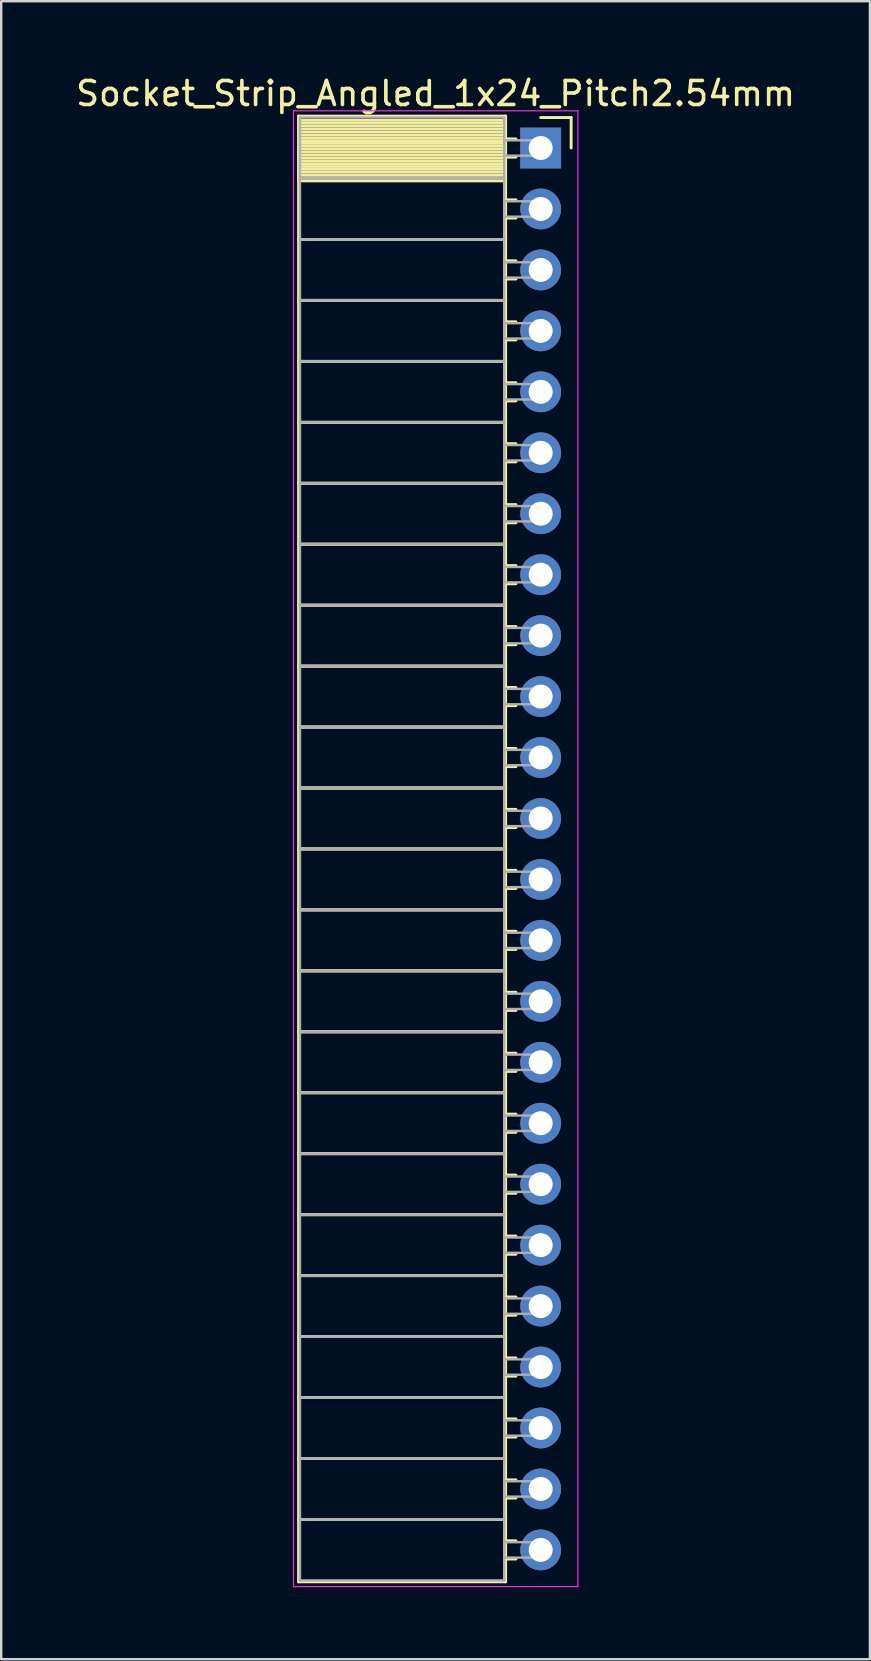
<source format=kicad_pcb>
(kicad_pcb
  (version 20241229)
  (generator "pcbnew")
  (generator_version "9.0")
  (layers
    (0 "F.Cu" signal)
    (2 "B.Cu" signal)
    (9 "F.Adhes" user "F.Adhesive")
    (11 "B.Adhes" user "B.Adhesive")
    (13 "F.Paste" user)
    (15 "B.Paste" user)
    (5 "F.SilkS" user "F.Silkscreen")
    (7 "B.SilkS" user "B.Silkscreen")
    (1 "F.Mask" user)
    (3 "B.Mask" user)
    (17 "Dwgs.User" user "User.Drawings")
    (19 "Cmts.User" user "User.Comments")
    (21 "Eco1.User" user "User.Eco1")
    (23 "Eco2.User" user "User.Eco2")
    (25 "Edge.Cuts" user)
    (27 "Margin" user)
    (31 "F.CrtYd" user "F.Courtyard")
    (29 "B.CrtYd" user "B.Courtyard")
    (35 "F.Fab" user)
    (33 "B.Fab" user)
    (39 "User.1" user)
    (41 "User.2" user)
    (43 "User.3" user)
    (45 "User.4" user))
  (footprint "Socket_Strip_Angled_1x24_Pitch2.54mm"
    (layer "F.Cu")
    (at 19.481 3.118)
    (property "Reference" "Socket_Strip_Angled_1x24_Pitch2.54mm" (at -4.38 -2.27 0) (layer "F.SilkS") (effects (font (size 1 1) (thickness 0.15))))
    (attr through_hole)
    (fp_line (start -10.09 -1.33) (end -1.46 -1.33) (stroke (width 0.12) (type solid)) (layer "F.SilkS"))
    (fp_line (start -10.09 1.27) (end -10.09 -1.33) (stroke (width 0.12) (type solid)) (layer "F.SilkS"))
    (fp_line (start -10.09 1.27) (end -1.46 1.27) (stroke (width 0.12) (type solid)) (layer "F.SilkS"))
    (fp_line (start -10.09 3.81) (end -10.09 1.27) (stroke (width 0.12) (type solid)) (layer "F.SilkS"))
    (fp_line (start -10.09 3.81) (end -1.46 3.81) (stroke (width 0.12) (type solid)) (layer "F.SilkS"))
    (fp_line (start -10.09 6.35) (end -10.09 3.81) (stroke (width 0.12) (type solid)) (layer "F.SilkS"))
    (fp_line (start -10.09 6.35) (end -1.46 6.35) (stroke (width 0.12) (type solid)) (layer "F.SilkS"))
    (fp_line (start -10.09 8.89) (end -10.09 6.35) (stroke (width 0.12) (type solid)) (layer "F.SilkS"))
    (fp_line (start -10.09 8.89) (end -1.46 8.89) (stroke (width 0.12) (type solid)) (layer "F.SilkS"))
    (fp_line (start -10.09 11.43) (end -10.09 8.89) (stroke (width 0.12) (type solid)) (layer "F.SilkS"))
    (fp_line (start -10.09 11.43) (end -1.46 11.43) (stroke (width 0.12) (type solid)) (layer "F.SilkS"))
    (fp_line (start -10.09 13.97) (end -10.09 11.43) (stroke (width 0.12) (type solid)) (layer "F.SilkS"))
    (fp_line (start -10.09 13.97) (end -1.46 13.97) (stroke (width 0.12) (type solid)) (layer "F.SilkS"))
    (fp_line (start -10.09 16.51) (end -10.09 13.97) (stroke (width 0.12) (type solid)) (layer "F.SilkS"))
    (fp_line (start -10.09 16.51) (end -1.46 16.51) (stroke (width 0.12) (type solid)) (layer "F.SilkS"))
    (fp_line (start -10.09 19.05) (end -10.09 16.51) (stroke (width 0.12) (type solid)) (layer "F.SilkS"))
    (fp_line (start -10.09 19.05) (end -1.46 19.05) (stroke (width 0.12) (type solid)) (layer "F.SilkS"))
    (fp_line (start -10.09 21.59) (end -10.09 19.05) (stroke (width 0.12) (type solid)) (layer "F.SilkS"))
    (fp_line (start -10.09 21.59) (end -1.46 21.59) (stroke (width 0.12) (type solid)) (layer "F.SilkS"))
    (fp_line (start -10.09 24.13) (end -10.09 21.59) (stroke (width 0.12) (type solid)) (layer "F.SilkS"))
    (fp_line (start -10.09 24.13) (end -1.46 24.13) (stroke (width 0.12) (type solid)) (layer "F.SilkS"))
    (fp_line (start -10.09 26.67) (end -10.09 24.13) (stroke (width 0.12) (type solid)) (layer "F.SilkS"))
    (fp_line (start -10.09 26.67) (end -1.46 26.67) (stroke (width 0.12) (type solid)) (layer "F.SilkS"))
    (fp_line (start -10.09 29.21) (end -10.09 26.67) (stroke (width 0.12) (type solid)) (layer "F.SilkS"))
    (fp_line (start -10.09 29.21) (end -1.46 29.21) (stroke (width 0.12) (type solid)) (layer "F.SilkS"))
    (fp_line (start -10.09 31.75) (end -10.09 29.21) (stroke (width 0.12) (type solid)) (layer "F.SilkS"))
    (fp_line (start -10.09 31.75) (end -1.46 31.75) (stroke (width 0.12) (type solid)) (layer "F.SilkS"))
    (fp_line (start -10.09 34.29) (end -10.09 31.75) (stroke (width 0.12) (type solid)) (layer "F.SilkS"))
    (fp_line (start -10.09 34.29) (end -1.46 34.29) (stroke (width 0.12) (type solid)) (layer "F.SilkS"))
    (fp_line (start -10.09 36.83) (end -10.09 34.29) (stroke (width 0.12) (type solid)) (layer "F.SilkS"))
    (fp_line (start -10.09 36.83) (end -1.46 36.83) (stroke (width 0.12) (type solid)) (layer "F.SilkS"))
    (fp_line (start -10.09 39.37) (end -10.09 36.83) (stroke (width 0.12) (type solid)) (layer "F.SilkS"))
    (fp_line (start -10.09 39.37) (end -1.46 39.37) (stroke (width 0.12) (type solid)) (layer "F.SilkS"))
    (fp_line (start -10.09 41.91) (end -10.09 39.37) (stroke (width 0.12) (type solid)) (layer "F.SilkS"))
    (fp_line (start -10.09 41.91) (end -1.46 41.91) (stroke (width 0.12) (type solid)) (layer "F.SilkS"))
    (fp_line (start -10.09 44.45) (end -10.09 41.91) (stroke (width 0.12) (type solid)) (layer "F.SilkS"))
    (fp_line (start -10.09 44.45) (end -1.46 44.45) (stroke (width 0.12) (type solid)) (layer "F.SilkS"))
    (fp_line (start -10.09 46.99) (end -10.09 44.45) (stroke (width 0.12) (type solid)) (layer "F.SilkS"))
    (fp_line (start -10.09 46.99) (end -1.46 46.99) (stroke (width 0.12) (type solid)) (layer "F.SilkS"))
    (fp_line (start -10.09 49.53) (end -10.09 46.99) (stroke (width 0.12) (type solid)) (layer "F.SilkS"))
    (fp_line (start -10.09 49.53) (end -1.46 49.53) (stroke (width 0.12) (type solid)) (layer "F.SilkS"))
    (fp_line (start -10.09 52.07) (end -10.09 49.53) (stroke (width 0.12) (type solid)) (layer "F.SilkS"))
    (fp_line (start -10.09 52.07) (end -1.46 52.07) (stroke (width 0.12) (type solid)) (layer "F.SilkS"))
    (fp_line (start -10.09 54.61) (end -10.09 52.07) (stroke (width 0.12) (type solid)) (layer "F.SilkS"))
    (fp_line (start -10.09 54.61) (end -1.46 54.61) (stroke (width 0.12) (type solid)) (layer "F.SilkS"))
    (fp_line (start -10.09 57.15) (end -10.09 54.61) (stroke (width 0.12) (type solid)) (layer "F.SilkS"))
    (fp_line (start -10.09 57.15) (end -1.46 57.15) (stroke (width 0.12) (type solid)) (layer "F.SilkS"))
    (fp_line (start -10.09 59.75) (end -10.09 57.15) (stroke (width 0.12) (type solid)) (layer "F.SilkS"))
    (fp_line (start -1.46 -1.33) (end -1.46 1.27) (stroke (width 0.12) (type solid)) (layer "F.SilkS"))
    (fp_line (start -1.46 -1.15) (end -10.09 -1.15) (stroke (width 0.12) (type solid)) (layer "F.SilkS"))
    (fp_line (start -1.46 -1.03) (end -10.09 -1.03) (stroke (width 0.12) (type solid)) (layer "F.SilkS"))
    (fp_line (start -1.46 -0.91) (end -10.09 -0.91) (stroke (width 0.12) (type solid)) (layer "F.SilkS"))
    (fp_line (start -1.46 -0.79) (end -10.09 -0.79) (stroke (width 0.12) (type solid)) (layer "F.SilkS"))
    (fp_line (start -1.46 -0.67) (end -10.09 -0.67) (stroke (width 0.12) (type solid)) (layer "F.SilkS"))
    (fp_line (start -1.46 -0.55) (end -10.09 -0.55) (stroke (width 0.12) (type solid)) (layer "F.SilkS"))
    (fp_line (start -1.46 -0.43) (end -10.09 -0.43) (stroke (width 0.12) (type solid)) (layer "F.SilkS"))
    (fp_line (start -1.46 -0.31) (end -10.09 -0.31) (stroke (width 0.12) (type solid)) (layer "F.SilkS"))
    (fp_line (start -1.46 -0.19) (end -10.09 -0.19) (stroke (width 0.12) (type solid)) (layer "F.SilkS"))
    (fp_line (start -1.46 -0.07) (end -10.09 -0.07) (stroke (width 0.12) (type solid)) (layer "F.SilkS"))
    (fp_line (start -1.46 0.05) (end -10.09 0.05) (stroke (width 0.12) (type solid)) (layer "F.SilkS"))
    (fp_line (start -1.46 0.17) (end -10.09 0.17) (stroke (width 0.12) (type solid)) (layer "F.SilkS"))
    (fp_line (start -1.46 0.29) (end -10.09 0.29) (stroke (width 0.12) (type solid)) (layer "F.SilkS"))
    (fp_line (start -1.46 0.41) (end -10.09 0.41) (stroke (width 0.12) (type solid)) (layer "F.SilkS"))
    (fp_line (start -1.46 0.53) (end -10.09 0.53) (stroke (width 0.12) (type solid)) (layer "F.SilkS"))
    (fp_line (start -1.46 0.65) (end -10.09 0.65) (stroke (width 0.12) (type solid)) (layer "F.SilkS"))
    (fp_line (start -1.46 0.77) (end -10.09 0.77) (stroke (width 0.12) (type solid)) (layer "F.SilkS"))
    (fp_line (start -1.46 0.89) (end -10.09 0.89) (stroke (width 0.12) (type solid)) (layer "F.SilkS"))
    (fp_line (start -1.46 1.01) (end -10.09 1.01) (stroke (width 0.12) (type solid)) (layer "F.SilkS"))
    (fp_line (start -1.46 1.13) (end -10.09 1.13) (stroke (width 0.12) (type solid)) (layer "F.SilkS"))
    (fp_line (start -1.46 1.25) (end -10.09 1.25) (stroke (width 0.12) (type solid)) (layer "F.SilkS"))
    (fp_line (start -1.46 1.27) (end -10.09 1.27) (stroke (width 0.12) (type solid)) (layer "F.SilkS"))
    (fp_line (start -1.46 1.27) (end -1.46 3.81) (stroke (width 0.12) (type solid)) (layer "F.SilkS"))
    (fp_line (start -1.46 1.37) (end -10.09 1.37) (stroke (width 0.12) (type solid)) (layer "F.SilkS"))
    (fp_line (start -1.46 3.81) (end -10.09 3.81) (stroke (width 0.12) (type solid)) (layer "F.SilkS"))
    (fp_line (start -1.46 3.81) (end -1.46 6.35) (stroke (width 0.12) (type solid)) (layer "F.SilkS"))
    (fp_line (start -1.46 6.35) (end -10.09 6.35) (stroke (width 0.12) (type solid)) (layer "F.SilkS"))
    (fp_line (start -1.46 6.35) (end -1.46 8.89) (stroke (width 0.12) (type solid)) (layer "F.SilkS"))
    (fp_line (start -1.46 8.89) (end -10.09 8.89) (stroke (width 0.12) (type solid)) (layer "F.SilkS"))
    (fp_line (start -1.46 8.89) (end -1.46 11.43) (stroke (width 0.12) (type solid)) (layer "F.SilkS"))
    (fp_line (start -1.46 11.43) (end -10.09 11.43) (stroke (width 0.12) (type solid)) (layer "F.SilkS"))
    (fp_line (start -1.46 11.43) (end -1.46 13.97) (stroke (width 0.12) (type solid)) (layer "F.SilkS"))
    (fp_line (start -1.46 13.97) (end -10.09 13.97) (stroke (width 0.12) (type solid)) (layer "F.SilkS"))
    (fp_line (start -1.46 13.97) (end -1.46 16.51) (stroke (width 0.12) (type solid)) (layer "F.SilkS"))
    (fp_line (start -1.46 16.51) (end -10.09 16.51) (stroke (width 0.12) (type solid)) (layer "F.SilkS"))
    (fp_line (start -1.46 16.51) (end -1.46 19.05) (stroke (width 0.12) (type solid)) (layer "F.SilkS"))
    (fp_line (start -1.46 19.05) (end -10.09 19.05) (stroke (width 0.12) (type solid)) (layer "F.SilkS"))
    (fp_line (start -1.46 19.05) (end -1.46 21.59) (stroke (width 0.12) (type solid)) (layer "F.SilkS"))
    (fp_line (start -1.46 21.59) (end -10.09 21.59) (stroke (width 0.12) (type solid)) (layer "F.SilkS"))
    (fp_line (start -1.46 21.59) (end -1.46 24.13) (stroke (width 0.12) (type solid)) (layer "F.SilkS"))
    (fp_line (start -1.46 24.13) (end -10.09 24.13) (stroke (width 0.12) (type solid)) (layer "F.SilkS"))
    (fp_line (start -1.46 24.13) (end -1.46 26.67) (stroke (width 0.12) (type solid)) (layer "F.SilkS"))
    (fp_line (start -1.46 26.67) (end -10.09 26.67) (stroke (width 0.12) (type solid)) (layer "F.SilkS"))
    (fp_line (start -1.46 26.67) (end -1.46 29.21) (stroke (width 0.12) (type solid)) (layer "F.SilkS"))
    (fp_line (start -1.46 29.21) (end -10.09 29.21) (stroke (width 0.12) (type solid)) (layer "F.SilkS"))
    (fp_line (start -1.46 29.21) (end -1.46 31.75) (stroke (width 0.12) (type solid)) (layer "F.SilkS"))
    (fp_line (start -1.46 31.75) (end -10.09 31.75) (stroke (width 0.12) (type solid)) (layer "F.SilkS"))
    (fp_line (start -1.46 31.75) (end -1.46 34.29) (stroke (width 0.12) (type solid)) (layer "F.SilkS"))
    (fp_line (start -1.46 34.29) (end -10.09 34.29) (stroke (width 0.12) (type solid)) (layer "F.SilkS"))
    (fp_line (start -1.46 34.29) (end -1.46 36.83) (stroke (width 0.12) (type solid)) (layer "F.SilkS"))
    (fp_line (start -1.46 36.83) (end -10.09 36.83) (stroke (width 0.12) (type solid)) (layer "F.SilkS"))
    (fp_line (start -1.46 36.83) (end -1.46 39.37) (stroke (width 0.12) (type solid)) (layer "F.SilkS"))
    (fp_line (start -1.46 39.37) (end -10.09 39.37) (stroke (width 0.12) (type solid)) (layer "F.SilkS"))
    (fp_line (start -1.46 39.37) (end -1.46 41.91) (stroke (width 0.12) (type solid)) (layer "F.SilkS"))
    (fp_line (start -1.46 41.91) (end -10.09 41.91) (stroke (width 0.12) (type solid)) (layer "F.SilkS"))
    (fp_line (start -1.46 41.91) (end -1.46 44.45) (stroke (width 0.12) (type solid)) (layer "F.SilkS"))
    (fp_line (start -1.46 44.45) (end -10.09 44.45) (stroke (width 0.12) (type solid)) (layer "F.SilkS"))
    (fp_line (start -1.46 44.45) (end -1.46 46.99) (stroke (width 0.12) (type solid)) (layer "F.SilkS"))
    (fp_line (start -1.46 46.99) (end -10.09 46.99) (stroke (width 0.12) (type solid)) (layer "F.SilkS"))
    (fp_line (start -1.46 46.99) (end -1.46 49.53) (stroke (width 0.12) (type solid)) (layer "F.SilkS"))
    (fp_line (start -1.46 49.53) (end -10.09 49.53) (stroke (width 0.12) (type solid)) (layer "F.SilkS"))
    (fp_line (start -1.46 49.53) (end -1.46 52.07) (stroke (width 0.12) (type solid)) (layer "F.SilkS"))
    (fp_line (start -1.46 52.07) (end -10.09 52.07) (stroke (width 0.12) (type solid)) (layer "F.SilkS"))
    (fp_line (start -1.46 52.07) (end -1.46 54.61) (stroke (width 0.12) (type solid)) (layer "F.SilkS"))
    (fp_line (start -1.46 54.61) (end -10.09 54.61) (stroke (width 0.12) (type solid)) (layer "F.SilkS"))
    (fp_line (start -1.46 54.61) (end -1.46 57.15) (stroke (width 0.12) (type solid)) (layer "F.SilkS"))
    (fp_line (start -1.46 57.15) (end -10.09 57.15) (stroke (width 0.12) (type solid)) (layer "F.SilkS"))
    (fp_line (start -1.46 57.15) (end -1.46 59.75) (stroke (width 0.12) (type solid)) (layer "F.SilkS"))
    (fp_line (start -1.46 59.75) (end -10.09 59.75) (stroke (width 0.12) (type solid)) (layer "F.SilkS"))
    (fp_line (start -1.03 -0.38) (end -1.46 -0.38) (stroke (width 0.12) (type solid)) (layer "F.SilkS"))
    (fp_line (start -1.03 0.38) (end -1.46 0.38) (stroke (width 0.12) (type solid)) (layer "F.SilkS"))
    (fp_line (start -1.03 2.16) (end -1.46 2.16) (stroke (width 0.12) (type solid)) (layer "F.SilkS"))
    (fp_line (start -1.03 2.92) (end -1.46 2.92) (stroke (width 0.12) (type solid)) (layer "F.SilkS"))
    (fp_line (start -1.03 4.7) (end -1.46 4.7) (stroke (width 0.12) (type solid)) (layer "F.SilkS"))
    (fp_line (start -1.03 5.46) (end -1.46 5.46) (stroke (width 0.12) (type solid)) (layer "F.SilkS"))
    (fp_line (start -1.03 7.24) (end -1.46 7.24) (stroke (width 0.12) (type solid)) (layer "F.SilkS"))
    (fp_line (start -1.03 8) (end -1.46 8) (stroke (width 0.12) (type solid)) (layer "F.SilkS"))
    (fp_line (start -1.03 9.78) (end -1.46 9.78) (stroke (width 0.12) (type solid)) (layer "F.SilkS"))
    (fp_line (start -1.03 10.54) (end -1.46 10.54) (stroke (width 0.12) (type solid)) (layer "F.SilkS"))
    (fp_line (start -1.03 12.32) (end -1.46 12.32) (stroke (width 0.12) (type solid)) (layer "F.SilkS"))
    (fp_line (start -1.03 13.08) (end -1.46 13.08) (stroke (width 0.12) (type solid)) (layer "F.SilkS"))
    (fp_line (start -1.03 14.86) (end -1.46 14.86) (stroke (width 0.12) (type solid)) (layer "F.SilkS"))
    (fp_line (start -1.03 15.62) (end -1.46 15.62) (stroke (width 0.12) (type solid)) (layer "F.SilkS"))
    (fp_line (start -1.03 17.4) (end -1.46 17.4) (stroke (width 0.12) (type solid)) (layer "F.SilkS"))
    (fp_line (start -1.03 18.16) (end -1.46 18.16) (stroke (width 0.12) (type solid)) (layer "F.SilkS"))
    (fp_line (start -1.03 19.94) (end -1.46 19.94) (stroke (width 0.12) (type solid)) (layer "F.SilkS"))
    (fp_line (start -1.03 20.7) (end -1.46 20.7) (stroke (width 0.12) (type solid)) (layer "F.SilkS"))
    (fp_line (start -1.03 22.48) (end -1.46 22.48) (stroke (width 0.12) (type solid)) (layer "F.SilkS"))
    (fp_line (start -1.03 23.24) (end -1.46 23.24) (stroke (width 0.12) (type solid)) (layer "F.SilkS"))
    (fp_line (start -1.03 25.02) (end -1.46 25.02) (stroke (width 0.12) (type solid)) (layer "F.SilkS"))
    (fp_line (start -1.03 25.78) (end -1.46 25.78) (stroke (width 0.12) (type solid)) (layer "F.SilkS"))
    (fp_line (start -1.03 27.56) (end -1.46 27.56) (stroke (width 0.12) (type solid)) (layer "F.SilkS"))
    (fp_line (start -1.03 28.32) (end -1.46 28.32) (stroke (width 0.12) (type solid)) (layer "F.SilkS"))
    (fp_line (start -1.03 30.1) (end -1.46 30.1) (stroke (width 0.12) (type solid)) (layer "F.SilkS"))
    (fp_line (start -1.03 30.86) (end -1.46 30.86) (stroke (width 0.12) (type solid)) (layer "F.SilkS"))
    (fp_line (start -1.03 32.64) (end -1.46 32.64) (stroke (width 0.12) (type solid)) (layer "F.SilkS"))
    (fp_line (start -1.03 33.4) (end -1.46 33.4) (stroke (width 0.12) (type solid)) (layer "F.SilkS"))
    (fp_line (start -1.03 35.18) (end -1.46 35.18) (stroke (width 0.12) (type solid)) (layer "F.SilkS"))
    (fp_line (start -1.03 35.94) (end -1.46 35.94) (stroke (width 0.12) (type solid)) (layer "F.SilkS"))
    (fp_line (start -1.03 37.72) (end -1.46 37.72) (stroke (width 0.12) (type solid)) (layer "F.SilkS"))
    (fp_line (start -1.03 38.48) (end -1.46 38.48) (stroke (width 0.12) (type solid)) (layer "F.SilkS"))
    (fp_line (start -1.03 40.26) (end -1.46 40.26) (stroke (width 0.12) (type solid)) (layer "F.SilkS"))
    (fp_line (start -1.03 41.02) (end -1.46 41.02) (stroke (width 0.12) (type solid)) (layer "F.SilkS"))
    (fp_line (start -1.03 42.8) (end -1.46 42.8) (stroke (width 0.12) (type solid)) (layer "F.SilkS"))
    (fp_line (start -1.03 43.56) (end -1.46 43.56) (stroke (width 0.12) (type solid)) (layer "F.SilkS"))
    (fp_line (start -1.03 45.34) (end -1.46 45.34) (stroke (width 0.12) (type solid)) (layer "F.SilkS"))
    (fp_line (start -1.03 46.1) (end -1.46 46.1) (stroke (width 0.12) (type solid)) (layer "F.SilkS"))
    (fp_line (start -1.03 47.88) (end -1.46 47.88) (stroke (width 0.12) (type solid)) (layer "F.SilkS"))
    (fp_line (start -1.03 48.64) (end -1.46 48.64) (stroke (width 0.12) (type solid)) (layer "F.SilkS"))
    (fp_line (start -1.03 50.42) (end -1.46 50.42) (stroke (width 0.12) (type solid)) (layer "F.SilkS"))
    (fp_line (start -1.03 51.18) (end -1.46 51.18) (stroke (width 0.12) (type solid)) (layer "F.SilkS"))
    (fp_line (start -1.03 52.96) (end -1.46 52.96) (stroke (width 0.12) (type solid)) (layer "F.SilkS"))
    (fp_line (start -1.03 53.72) (end -1.46 53.72) (stroke (width 0.12) (type solid)) (layer "F.SilkS"))
    (fp_line (start -1.03 55.5) (end -1.46 55.5) (stroke (width 0.12) (type solid)) (layer "F.SilkS"))
    (fp_line (start -1.03 56.26) (end -1.46 56.26) (stroke (width 0.12) (type solid)) (layer "F.SilkS"))
    (fp_line (start -1.03 58.04) (end -1.46 58.04) (stroke (width 0.12) (type solid)) (layer "F.SilkS"))
    (fp_line (start -1.03 58.8) (end -1.46 58.8) (stroke (width 0.12) (type solid)) (layer "F.SilkS"))
    (fp_line (start 0 -1.27) (end 1.27 -1.27) (stroke (width 0.12) (type solid)) (layer "F.SilkS"))
    (fp_line (start 1.27 -1.27) (end 1.27 0) (stroke (width 0.12) (type solid)) (layer "F.SilkS"))
    (fp_line (start -10.3 -1.55) (end 1.55 -1.55) (stroke (width 0.05) (type solid)) (layer "F.CrtYd"))
    (fp_line (start -10.3 59.95) (end -10.3 -1.55) (stroke (width 0.05) (type solid)) (layer "F.CrtYd"))
    (fp_line (start 1.55 -1.55) (end 1.55 59.95) (stroke (width 0.05) (type solid)) (layer "F.CrtYd"))
    (fp_line (start 1.55 59.95) (end -10.3 59.95) (stroke (width 0.05) (type solid)) (layer "F.CrtYd"))
    (fp_line (start -10.03 -1.27) (end -1.52 -1.27) (stroke (width 0.1) (type solid)) (layer "F.Fab"))
    (fp_line (start -10.03 1.27) (end -10.03 -1.27) (stroke (width 0.1) (type solid)) (layer "F.Fab"))
    (fp_line (start -10.03 1.27) (end -1.52 1.27) (stroke (width 0.1) (type solid)) (layer "F.Fab"))
    (fp_line (start -10.03 3.81) (end -10.03 1.27) (stroke (width 0.1) (type solid)) (layer "F.Fab"))
    (fp_line (start -10.03 3.81) (end -1.52 3.81) (stroke (width 0.1) (type solid)) (layer "F.Fab"))
    (fp_line (start -10.03 6.35) (end -10.03 3.81) (stroke (width 0.1) (type solid)) (layer "F.Fab"))
    (fp_line (start -10.03 6.35) (end -1.52 6.35) (stroke (width 0.1) (type solid)) (layer "F.Fab"))
    (fp_line (start -10.03 8.89) (end -10.03 6.35) (stroke (width 0.1) (type solid)) (layer "F.Fab"))
    (fp_line (start -10.03 8.89) (end -1.52 8.89) (stroke (width 0.1) (type solid)) (layer "F.Fab"))
    (fp_line (start -10.03 11.43) (end -10.03 8.89) (stroke (width 0.1) (type solid)) (layer "F.Fab"))
    (fp_line (start -10.03 11.43) (end -1.52 11.43) (stroke (width 0.1) (type solid)) (layer "F.Fab"))
    (fp_line (start -10.03 13.97) (end -10.03 11.43) (stroke (width 0.1) (type solid)) (layer "F.Fab"))
    (fp_line (start -10.03 13.97) (end -1.52 13.97) (stroke (width 0.1) (type solid)) (layer "F.Fab"))
    (fp_line (start -10.03 16.51) (end -10.03 13.97) (stroke (width 0.1) (type solid)) (layer "F.Fab"))
    (fp_line (start -10.03 16.51) (end -1.52 16.51) (stroke (width 0.1) (type solid)) (layer "F.Fab"))
    (fp_line (start -10.03 19.05) (end -10.03 16.51) (stroke (width 0.1) (type solid)) (layer "F.Fab"))
    (fp_line (start -10.03 19.05) (end -1.52 19.05) (stroke (width 0.1) (type solid)) (layer "F.Fab"))
    (fp_line (start -10.03 21.59) (end -10.03 19.05) (stroke (width 0.1) (type solid)) (layer "F.Fab"))
    (fp_line (start -10.03 21.59) (end -1.52 21.59) (stroke (width 0.1) (type solid)) (layer "F.Fab"))
    (fp_line (start -10.03 24.13) (end -10.03 21.59) (stroke (width 0.1) (type solid)) (layer "F.Fab"))
    (fp_line (start -10.03 24.13) (end -1.52 24.13) (stroke (width 0.1) (type solid)) (layer "F.Fab"))
    (fp_line (start -10.03 26.67) (end -10.03 24.13) (stroke (width 0.1) (type solid)) (layer "F.Fab"))
    (fp_line (start -10.03 26.67) (end -1.52 26.67) (stroke (width 0.1) (type solid)) (layer "F.Fab"))
    (fp_line (start -10.03 29.21) (end -10.03 26.67) (stroke (width 0.1) (type solid)) (layer "F.Fab"))
    (fp_line (start -10.03 29.21) (end -1.52 29.21) (stroke (width 0.1) (type solid)) (layer "F.Fab"))
    (fp_line (start -10.03 31.75) (end -10.03 29.21) (stroke (width 0.1) (type solid)) (layer "F.Fab"))
    (fp_line (start -10.03 31.75) (end -1.52 31.75) (stroke (width 0.1) (type solid)) (layer "F.Fab"))
    (fp_line (start -10.03 34.29) (end -10.03 31.75) (stroke (width 0.1) (type solid)) (layer "F.Fab"))
    (fp_line (start -10.03 34.29) (end -1.52 34.29) (stroke (width 0.1) (type solid)) (layer "F.Fab"))
    (fp_line (start -10.03 36.83) (end -10.03 34.29) (stroke (width 0.1) (type solid)) (layer "F.Fab"))
    (fp_line (start -10.03 36.83) (end -1.52 36.83) (stroke (width 0.1) (type solid)) (layer "F.Fab"))
    (fp_line (start -10.03 39.37) (end -10.03 36.83) (stroke (width 0.1) (type solid)) (layer "F.Fab"))
    (fp_line (start -10.03 39.37) (end -1.52 39.37) (stroke (width 0.1) (type solid)) (layer "F.Fab"))
    (fp_line (start -10.03 41.91) (end -10.03 39.37) (stroke (width 0.1) (type solid)) (layer "F.Fab"))
    (fp_line (start -10.03 41.91) (end -1.52 41.91) (stroke (width 0.1) (type solid)) (layer "F.Fab"))
    (fp_line (start -10.03 44.45) (end -10.03 41.91) (stroke (width 0.1) (type solid)) (layer "F.Fab"))
    (fp_line (start -10.03 44.45) (end -1.52 44.45) (stroke (width 0.1) (type solid)) (layer "F.Fab"))
    (fp_line (start -10.03 46.99) (end -10.03 44.45) (stroke (width 0.1) (type solid)) (layer "F.Fab"))
    (fp_line (start -10.03 46.99) (end -1.52 46.99) (stroke (width 0.1) (type solid)) (layer "F.Fab"))
    (fp_line (start -10.03 49.53) (end -10.03 46.99) (stroke (width 0.1) (type solid)) (layer "F.Fab"))
    (fp_line (start -10.03 49.53) (end -1.52 49.53) (stroke (width 0.1) (type solid)) (layer "F.Fab"))
    (fp_line (start -10.03 52.07) (end -10.03 49.53) (stroke (width 0.1) (type solid)) (layer "F.Fab"))
    (fp_line (start -10.03 52.07) (end -1.52 52.07) (stroke (width 0.1) (type solid)) (layer "F.Fab"))
    (fp_line (start -10.03 54.61) (end -10.03 52.07) (stroke (width 0.1) (type solid)) (layer "F.Fab"))
    (fp_line (start -10.03 54.61) (end -1.52 54.61) (stroke (width 0.1) (type solid)) (layer "F.Fab"))
    (fp_line (start -10.03 57.15) (end -10.03 54.61) (stroke (width 0.1) (type solid)) (layer "F.Fab"))
    (fp_line (start -10.03 57.15) (end -1.52 57.15) (stroke (width 0.1) (type solid)) (layer "F.Fab"))
    (fp_line (start -10.03 59.69) (end -10.03 57.15) (stroke (width 0.1) (type solid)) (layer "F.Fab"))
    (fp_line (start -1.52 -1.27) (end -1.52 1.27) (stroke (width 0.1) (type solid)) (layer "F.Fab"))
    (fp_line (start -1.52 -0.32) (end 0 -0.32) (stroke (width 0.1) (type solid)) (layer "F.Fab"))
    (fp_line (start -1.52 0.32) (end -1.52 -0.32) (stroke (width 0.1) (type solid)) (layer "F.Fab"))
    (fp_line (start -1.52 1.27) (end -10.03 1.27) (stroke (width 0.1) (type solid)) (layer "F.Fab"))
    (fp_line (start -1.52 1.27) (end -1.52 3.81) (stroke (width 0.1) (type solid)) (layer "F.Fab"))
    (fp_line (start -1.52 2.22) (end 0 2.22) (stroke (width 0.1) (type solid)) (layer "F.Fab"))
    (fp_line (start -1.52 2.86) (end -1.52 2.22) (stroke (width 0.1) (type solid)) (layer "F.Fab"))
    (fp_line (start -1.52 3.81) (end -10.03 3.81) (stroke (width 0.1) (type solid)) (layer "F.Fab"))
    (fp_line (start -1.52 3.81) (end -1.52 6.35) (stroke (width 0.1) (type solid)) (layer "F.Fab"))
    (fp_line (start -1.52 4.76) (end 0 4.76) (stroke (width 0.1) (type solid)) (layer "F.Fab"))
    (fp_line (start -1.52 5.4) (end -1.52 4.76) (stroke (width 0.1) (type solid)) (layer "F.Fab"))
    (fp_line (start -1.52 6.35) (end -10.03 6.35) (stroke (width 0.1) (type solid)) (layer "F.Fab"))
    (fp_line (start -1.52 6.35) (end -1.52 8.89) (stroke (width 0.1) (type solid)) (layer "F.Fab"))
    (fp_line (start -1.52 7.3) (end 0 7.3) (stroke (width 0.1) (type solid)) (layer "F.Fab"))
    (fp_line (start -1.52 7.94) (end -1.52 7.3) (stroke (width 0.1) (type solid)) (layer "F.Fab"))
    (fp_line (start -1.52 8.89) (end -10.03 8.89) (stroke (width 0.1) (type solid)) (layer "F.Fab"))
    (fp_line (start -1.52 8.89) (end -1.52 11.43) (stroke (width 0.1) (type solid)) (layer "F.Fab"))
    (fp_line (start -1.52 9.84) (end 0 9.84) (stroke (width 0.1) (type solid)) (layer "F.Fab"))
    (fp_line (start -1.52 10.48) (end -1.52 9.84) (stroke (width 0.1) (type solid)) (layer "F.Fab"))
    (fp_line (start -1.52 11.43) (end -10.03 11.43) (stroke (width 0.1) (type solid)) (layer "F.Fab"))
    (fp_line (start -1.52 11.43) (end -1.52 13.97) (stroke (width 0.1) (type solid)) (layer "F.Fab"))
    (fp_line (start -1.52 12.38) (end 0 12.38) (stroke (width 0.1) (type solid)) (layer "F.Fab"))
    (fp_line (start -1.52 13.02) (end -1.52 12.38) (stroke (width 0.1) (type solid)) (layer "F.Fab"))
    (fp_line (start -1.52 13.97) (end -10.03 13.97) (stroke (width 0.1) (type solid)) (layer "F.Fab"))
    (fp_line (start -1.52 13.97) (end -1.52 16.51) (stroke (width 0.1) (type solid)) (layer "F.Fab"))
    (fp_line (start -1.52 14.92) (end 0 14.92) (stroke (width 0.1) (type solid)) (layer "F.Fab"))
    (fp_line (start -1.52 15.56) (end -1.52 14.92) (stroke (width 0.1) (type solid)) (layer "F.Fab"))
    (fp_line (start -1.52 16.51) (end -10.03 16.51) (stroke (width 0.1) (type solid)) (layer "F.Fab"))
    (fp_line (start -1.52 16.51) (end -1.52 19.05) (stroke (width 0.1) (type solid)) (layer "F.Fab"))
    (fp_line (start -1.52 17.46) (end 0 17.46) (stroke (width 0.1) (type solid)) (layer "F.Fab"))
    (fp_line (start -1.52 18.1) (end -1.52 17.46) (stroke (width 0.1) (type solid)) (layer "F.Fab"))
    (fp_line (start -1.52 19.05) (end -10.03 19.05) (stroke (width 0.1) (type solid)) (layer "F.Fab"))
    (fp_line (start -1.52 19.05) (end -1.52 21.59) (stroke (width 0.1) (type solid)) (layer "F.Fab"))
    (fp_line (start -1.52 20) (end 0 20) (stroke (width 0.1) (type solid)) (layer "F.Fab"))
    (fp_line (start -1.52 20.64) (end -1.52 20) (stroke (width 0.1) (type solid)) (layer "F.Fab"))
    (fp_line (start -1.52 21.59) (end -10.03 21.59) (stroke (width 0.1) (type solid)) (layer "F.Fab"))
    (fp_line (start -1.52 21.59) (end -1.52 24.13) (stroke (width 0.1) (type solid)) (layer "F.Fab"))
    (fp_line (start -1.52 22.54) (end 0 22.54) (stroke (width 0.1) (type solid)) (layer "F.Fab"))
    (fp_line (start -1.52 23.18) (end -1.52 22.54) (stroke (width 0.1) (type solid)) (layer "F.Fab"))
    (fp_line (start -1.52 24.13) (end -10.03 24.13) (stroke (width 0.1) (type solid)) (layer "F.Fab"))
    (fp_line (start -1.52 24.13) (end -1.52 26.67) (stroke (width 0.1) (type solid)) (layer "F.Fab"))
    (fp_line (start -1.52 25.08) (end 0 25.08) (stroke (width 0.1) (type solid)) (layer "F.Fab"))
    (fp_line (start -1.52 25.72) (end -1.52 25.08) (stroke (width 0.1) (type solid)) (layer "F.Fab"))
    (fp_line (start -1.52 26.67) (end -10.03 26.67) (stroke (width 0.1) (type solid)) (layer "F.Fab"))
    (fp_line (start -1.52 26.67) (end -1.52 29.21) (stroke (width 0.1) (type solid)) (layer "F.Fab"))
    (fp_line (start -1.52 27.62) (end 0 27.62) (stroke (width 0.1) (type solid)) (layer "F.Fab"))
    (fp_line (start -1.52 28.26) (end -1.52 27.62) (stroke (width 0.1) (type solid)) (layer "F.Fab"))
    (fp_line (start -1.52 29.21) (end -10.03 29.21) (stroke (width 0.1) (type solid)) (layer "F.Fab"))
    (fp_line (start -1.52 29.21) (end -1.52 31.75) (stroke (width 0.1) (type solid)) (layer "F.Fab"))
    (fp_line (start -1.52 30.16) (end 0 30.16) (stroke (width 0.1) (type solid)) (layer "F.Fab"))
    (fp_line (start -1.52 30.8) (end -1.52 30.16) (stroke (width 0.1) (type solid)) (layer "F.Fab"))
    (fp_line (start -1.52 31.75) (end -10.03 31.75) (stroke (width 0.1) (type solid)) (layer "F.Fab"))
    (fp_line (start -1.52 31.75) (end -1.52 34.29) (stroke (width 0.1) (type solid)) (layer "F.Fab"))
    (fp_line (start -1.52 32.7) (end 0 32.7) (stroke (width 0.1) (type solid)) (layer "F.Fab"))
    (fp_line (start -1.52 33.34) (end -1.52 32.7) (stroke (width 0.1) (type solid)) (layer "F.Fab"))
    (fp_line (start -1.52 34.29) (end -10.03 34.29) (stroke (width 0.1) (type solid)) (layer "F.Fab"))
    (fp_line (start -1.52 34.29) (end -1.52 36.83) (stroke (width 0.1) (type solid)) (layer "F.Fab"))
    (fp_line (start -1.52 35.24) (end 0 35.24) (stroke (width 0.1) (type solid)) (layer "F.Fab"))
    (fp_line (start -1.52 35.88) (end -1.52 35.24) (stroke (width 0.1) (type solid)) (layer "F.Fab"))
    (fp_line (start -1.52 36.83) (end -10.03 36.83) (stroke (width 0.1) (type solid)) (layer "F.Fab"))
    (fp_line (start -1.52 36.83) (end -1.52 39.37) (stroke (width 0.1) (type solid)) (layer "F.Fab"))
    (fp_line (start -1.52 37.78) (end 0 37.78) (stroke (width 0.1) (type solid)) (layer "F.Fab"))
    (fp_line (start -1.52 38.42) (end -1.52 37.78) (stroke (width 0.1) (type solid)) (layer "F.Fab"))
    (fp_line (start -1.52 39.37) (end -10.03 39.37) (stroke (width 0.1) (type solid)) (layer "F.Fab"))
    (fp_line (start -1.52 39.37) (end -1.52 41.91) (stroke (width 0.1) (type solid)) (layer "F.Fab"))
    (fp_line (start -1.52 40.32) (end 0 40.32) (stroke (width 0.1) (type solid)) (layer "F.Fab"))
    (fp_line (start -1.52 40.96) (end -1.52 40.32) (stroke (width 0.1) (type solid)) (layer "F.Fab"))
    (fp_line (start -1.52 41.91) (end -10.03 41.91) (stroke (width 0.1) (type solid)) (layer "F.Fab"))
    (fp_line (start -1.52 41.91) (end -1.52 44.45) (stroke (width 0.1) (type solid)) (layer "F.Fab"))
    (fp_line (start -1.52 42.86) (end 0 42.86) (stroke (width 0.1) (type solid)) (layer "F.Fab"))
    (fp_line (start -1.52 43.5) (end -1.52 42.86) (stroke (width 0.1) (type solid)) (layer "F.Fab"))
    (fp_line (start -1.52 44.45) (end -10.03 44.45) (stroke (width 0.1) (type solid)) (layer "F.Fab"))
    (fp_line (start -1.52 44.45) (end -1.52 46.99) (stroke (width 0.1) (type solid)) (layer "F.Fab"))
    (fp_line (start -1.52 45.4) (end 0 45.4) (stroke (width 0.1) (type solid)) (layer "F.Fab"))
    (fp_line (start -1.52 46.04) (end -1.52 45.4) (stroke (width 0.1) (type solid)) (layer "F.Fab"))
    (fp_line (start -1.52 46.99) (end -10.03 46.99) (stroke (width 0.1) (type solid)) (layer "F.Fab"))
    (fp_line (start -1.52 46.99) (end -1.52 49.53) (stroke (width 0.1) (type solid)) (layer "F.Fab"))
    (fp_line (start -1.52 47.94) (end 0 47.94) (stroke (width 0.1) (type solid)) (layer "F.Fab"))
    (fp_line (start -1.52 48.58) (end -1.52 47.94) (stroke (width 0.1) (type solid)) (layer "F.Fab"))
    (fp_line (start -1.52 49.53) (end -10.03 49.53) (stroke (width 0.1) (type solid)) (layer "F.Fab"))
    (fp_line (start -1.52 49.53) (end -1.52 52.07) (stroke (width 0.1) (type solid)) (layer "F.Fab"))
    (fp_line (start -1.52 50.48) (end 0 50.48) (stroke (width 0.1) (type solid)) (layer "F.Fab"))
    (fp_line (start -1.52 51.12) (end -1.52 50.48) (stroke (width 0.1) (type solid)) (layer "F.Fab"))
    (fp_line (start -1.52 52.07) (end -10.03 52.07) (stroke (width 0.1) (type solid)) (layer "F.Fab"))
    (fp_line (start -1.52 52.07) (end -1.52 54.61) (stroke (width 0.1) (type solid)) (layer "F.Fab"))
    (fp_line (start -1.52 53.02) (end 0 53.02) (stroke (width 0.1) (type solid)) (layer "F.Fab"))
    (fp_line (start -1.52 53.66) (end -1.52 53.02) (stroke (width 0.1) (type solid)) (layer "F.Fab"))
    (fp_line (start -1.52 54.61) (end -10.03 54.61) (stroke (width 0.1) (type solid)) (layer "F.Fab"))
    (fp_line (start -1.52 54.61) (end -1.52 57.15) (stroke (width 0.1) (type solid)) (layer "F.Fab"))
    (fp_line (start -1.52 55.56) (end 0 55.56) (stroke (width 0.1) (type solid)) (layer "F.Fab"))
    (fp_line (start -1.52 56.2) (end -1.52 55.56) (stroke (width 0.1) (type solid)) (layer "F.Fab"))
    (fp_line (start -1.52 57.15) (end -10.03 57.15) (stroke (width 0.1) (type solid)) (layer "F.Fab"))
    (fp_line (start -1.52 57.15) (end -1.52 59.69) (stroke (width 0.1) (type solid)) (layer "F.Fab"))
    (fp_line (start -1.52 58.1) (end 0 58.1) (stroke (width 0.1) (type solid)) (layer "F.Fab"))
    (fp_line (start -1.52 58.74) (end -1.52 58.1) (stroke (width 0.1) (type solid)) (layer "F.Fab"))
    (fp_line (start -1.52 59.69) (end -10.03 59.69) (stroke (width 0.1) (type solid)) (layer "F.Fab"))
    (fp_line (start 0 -0.32) (end 0 0.32) (stroke (width 0.1) (type solid)) (layer "F.Fab"))
    (fp_line (start 0 0.32) (end -1.52 0.32) (stroke (width 0.1) (type solid)) (layer "F.Fab"))
    (fp_line (start 0 2.22) (end 0 2.86) (stroke (width 0.1) (type solid)) (layer "F.Fab"))
    (fp_line (start 0 2.86) (end -1.52 2.86) (stroke (width 0.1) (type solid)) (layer "F.Fab"))
    (fp_line (start 0 4.76) (end 0 5.4) (stroke (width 0.1) (type solid)) (layer "F.Fab"))
    (fp_line (start 0 5.4) (end -1.52 5.4) (stroke (width 0.1) (type solid)) (layer "F.Fab"))
    (fp_line (start 0 7.3) (end 0 7.94) (stroke (width 0.1) (type solid)) (layer "F.Fab"))
    (fp_line (start 0 7.94) (end -1.52 7.94) (stroke (width 0.1) (type solid)) (layer "F.Fab"))
    (fp_line (start 0 9.84) (end 0 10.48) (stroke (width 0.1) (type solid)) (layer "F.Fab"))
    (fp_line (start 0 10.48) (end -1.52 10.48) (stroke (width 0.1) (type solid)) (layer "F.Fab"))
    (fp_line (start 0 12.38) (end 0 13.02) (stroke (width 0.1) (type solid)) (layer "F.Fab"))
    (fp_line (start 0 13.02) (end -1.52 13.02) (stroke (width 0.1) (type solid)) (layer "F.Fab"))
    (fp_line (start 0 14.92) (end 0 15.56) (stroke (width 0.1) (type solid)) (layer "F.Fab"))
    (fp_line (start 0 15.56) (end -1.52 15.56) (stroke (width 0.1) (type solid)) (layer "F.Fab"))
    (fp_line (start 0 17.46) (end 0 18.1) (stroke (width 0.1) (type solid)) (layer "F.Fab"))
    (fp_line (start 0 18.1) (end -1.52 18.1) (stroke (width 0.1) (type solid)) (layer "F.Fab"))
    (fp_line (start 0 20) (end 0 20.64) (stroke (width 0.1) (type solid)) (layer "F.Fab"))
    (fp_line (start 0 20.64) (end -1.52 20.64) (stroke (width 0.1) (type solid)) (layer "F.Fab"))
    (fp_line (start 0 22.54) (end 0 23.18) (stroke (width 0.1) (type solid)) (layer "F.Fab"))
    (fp_line (start 0 23.18) (end -1.52 23.18) (stroke (width 0.1) (type solid)) (layer "F.Fab"))
    (fp_line (start 0 25.08) (end 0 25.72) (stroke (width 0.1) (type solid)) (layer "F.Fab"))
    (fp_line (start 0 25.72) (end -1.52 25.72) (stroke (width 0.1) (type solid)) (layer "F.Fab"))
    (fp_line (start 0 27.62) (end 0 28.26) (stroke (width 0.1) (type solid)) (layer "F.Fab"))
    (fp_line (start 0 28.26) (end -1.52 28.26) (stroke (width 0.1) (type solid)) (layer "F.Fab"))
    (fp_line (start 0 30.16) (end 0 30.8) (stroke (width 0.1) (type solid)) (layer "F.Fab"))
    (fp_line (start 0 30.8) (end -1.52 30.8) (stroke (width 0.1) (type solid)) (layer "F.Fab"))
    (fp_line (start 0 32.7) (end 0 33.34) (stroke (width 0.1) (type solid)) (layer "F.Fab"))
    (fp_line (start 0 33.34) (end -1.52 33.34) (stroke (width 0.1) (type solid)) (layer "F.Fab"))
    (fp_line (start 0 35.24) (end 0 35.88) (stroke (width 0.1) (type solid)) (layer "F.Fab"))
    (fp_line (start 0 35.88) (end -1.52 35.88) (stroke (width 0.1) (type solid)) (layer "F.Fab"))
    (fp_line (start 0 37.78) (end 0 38.42) (stroke (width 0.1) (type solid)) (layer "F.Fab"))
    (fp_line (start 0 38.42) (end -1.52 38.42) (stroke (width 0.1) (type solid)) (layer "F.Fab"))
    (fp_line (start 0 40.32) (end 0 40.96) (stroke (width 0.1) (type solid)) (layer "F.Fab"))
    (fp_line (start 0 40.96) (end -1.52 40.96) (stroke (width 0.1) (type solid)) (layer "F.Fab"))
    (fp_line (start 0 42.86) (end 0 43.5) (stroke (width 0.1) (type solid)) (layer "F.Fab"))
    (fp_line (start 0 43.5) (end -1.52 43.5) (stroke (width 0.1) (type solid)) (layer "F.Fab"))
    (fp_line (start 0 45.4) (end 0 46.04) (stroke (width 0.1) (type solid)) (layer "F.Fab"))
    (fp_line (start 0 46.04) (end -1.52 46.04) (stroke (width 0.1) (type solid)) (layer "F.Fab"))
    (fp_line (start 0 47.94) (end 0 48.58) (stroke (width 0.1) (type solid)) (layer "F.Fab"))
    (fp_line (start 0 48.58) (end -1.52 48.58) (stroke (width 0.1) (type solid)) (layer "F.Fab"))
    (fp_line (start 0 50.48) (end 0 51.12) (stroke (width 0.1) (type solid)) (layer "F.Fab"))
    (fp_line (start 0 51.12) (end -1.52 51.12) (stroke (width 0.1) (type solid)) (layer "F.Fab"))
    (fp_line (start 0 53.02) (end 0 53.66) (stroke (width 0.1) (type solid)) (layer "F.Fab"))
    (fp_line (start 0 53.66) (end -1.52 53.66) (stroke (width 0.1) (type solid)) (layer "F.Fab"))
    (fp_line (start 0 55.56) (end 0 56.2) (stroke (width 0.1) (type solid)) (layer "F.Fab"))
    (fp_line (start 0 56.2) (end -1.52 56.2) (stroke (width 0.1) (type solid)) (layer "F.Fab"))
    (fp_line (start 0 58.1) (end 0 58.74) (stroke (width 0.1) (type solid)) (layer "F.Fab"))
    (fp_line (start 0 58.74) (end -1.52 58.74) (stroke (width 0.1) (type solid)) (layer "F.Fab"))
    (pad "1" thru_hole rect (at 0 0) (size 1.7 1.7) (drill 1) (layers "*.Cu" "*.Mask"))
    (pad "2" thru_hole oval (at 0 2.54) (size 1.7 1.7) (drill 1) (layers "*.Cu" "*.Mask"))
    (pad "3" thru_hole oval (at 0 5.08) (size 1.7 1.7) (drill 1) (layers "*.Cu" "*.Mask"))
    (pad "4" thru_hole oval (at 0 7.62) (size 1.7 1.7) (drill 1) (layers "*.Cu" "*.Mask"))
    (pad "5" thru_hole oval (at 0 10.16) (size 1.7 1.7) (drill 1) (layers "*.Cu" "*.Mask"))
    (pad "6" thru_hole oval (at 0 12.7) (size 1.7 1.7) (drill 1) (layers "*.Cu" "*.Mask"))
    (pad "7" thru_hole oval (at 0 15.24) (size 1.7 1.7) (drill 1) (layers "*.Cu" "*.Mask"))
    (pad "8" thru_hole oval (at 0 17.78) (size 1.7 1.7) (drill 1) (layers "*.Cu" "*.Mask"))
    (pad "9" thru_hole oval (at 0 20.32) (size 1.7 1.7) (drill 1) (layers "*.Cu" "*.Mask"))
    (pad "10" thru_hole oval (at 0 22.86) (size 1.7 1.7) (drill 1) (layers "*.Cu" "*.Mask"))
    (pad "11" thru_hole oval (at 0 25.4) (size 1.7 1.7) (drill 1) (layers "*.Cu" "*.Mask"))
    (pad "12" thru_hole oval (at 0 27.94) (size 1.7 1.7) (drill 1) (layers "*.Cu" "*.Mask"))
    (pad "13" thru_hole oval (at 0 30.48) (size 1.7 1.7) (drill 1) (layers "*.Cu" "*.Mask"))
    (pad "14" thru_hole oval (at 0 33.02) (size 1.7 1.7) (drill 1) (layers "*.Cu" "*.Mask"))
    (pad "15" thru_hole oval (at 0 35.56) (size 1.7 1.7) (drill 1) (layers "*.Cu" "*.Mask"))
    (pad "16" thru_hole oval (at 0 38.1) (size 1.7 1.7) (drill 1) (layers "*.Cu" "*.Mask"))
    (pad "17" thru_hole oval (at 0 40.64) (size 1.7 1.7) (drill 1) (layers "*.Cu" "*.Mask"))
    (pad "18" thru_hole oval (at 0 43.18) (size 1.7 1.7) (drill 1) (layers "*.Cu" "*.Mask"))
    (pad "19" thru_hole oval (at 0 45.72) (size 1.7 1.7) (drill 1) (layers "*.Cu" "*.Mask"))
    (pad "20" thru_hole oval (at 0 48.26) (size 1.7 1.7) (drill 1) (layers "*.Cu" "*.Mask"))
    (pad "21" thru_hole oval (at 0 50.8) (size 1.7 1.7) (drill 1) (layers "*.Cu" "*.Mask"))
    (pad "22" thru_hole oval (at 0 53.34) (size 1.7 1.7) (drill 1) (layers "*.Cu" "*.Mask"))
    (pad "23" thru_hole oval (at 0 55.88) (size 1.7 1.7) (drill 1) (layers "*.Cu" "*.Mask"))
    (pad "24" thru_hole oval (at 0 58.42) (size 1.7 1.7) (drill 1) (layers "*.Cu" "*.Mask")))
  (gr_rect
    (start -3 -3)
    (end 33.202 66.093)
    (stroke (width 0.1) (type default))
    (fill no)
    (layer "Edge.Cuts")))
</source>
